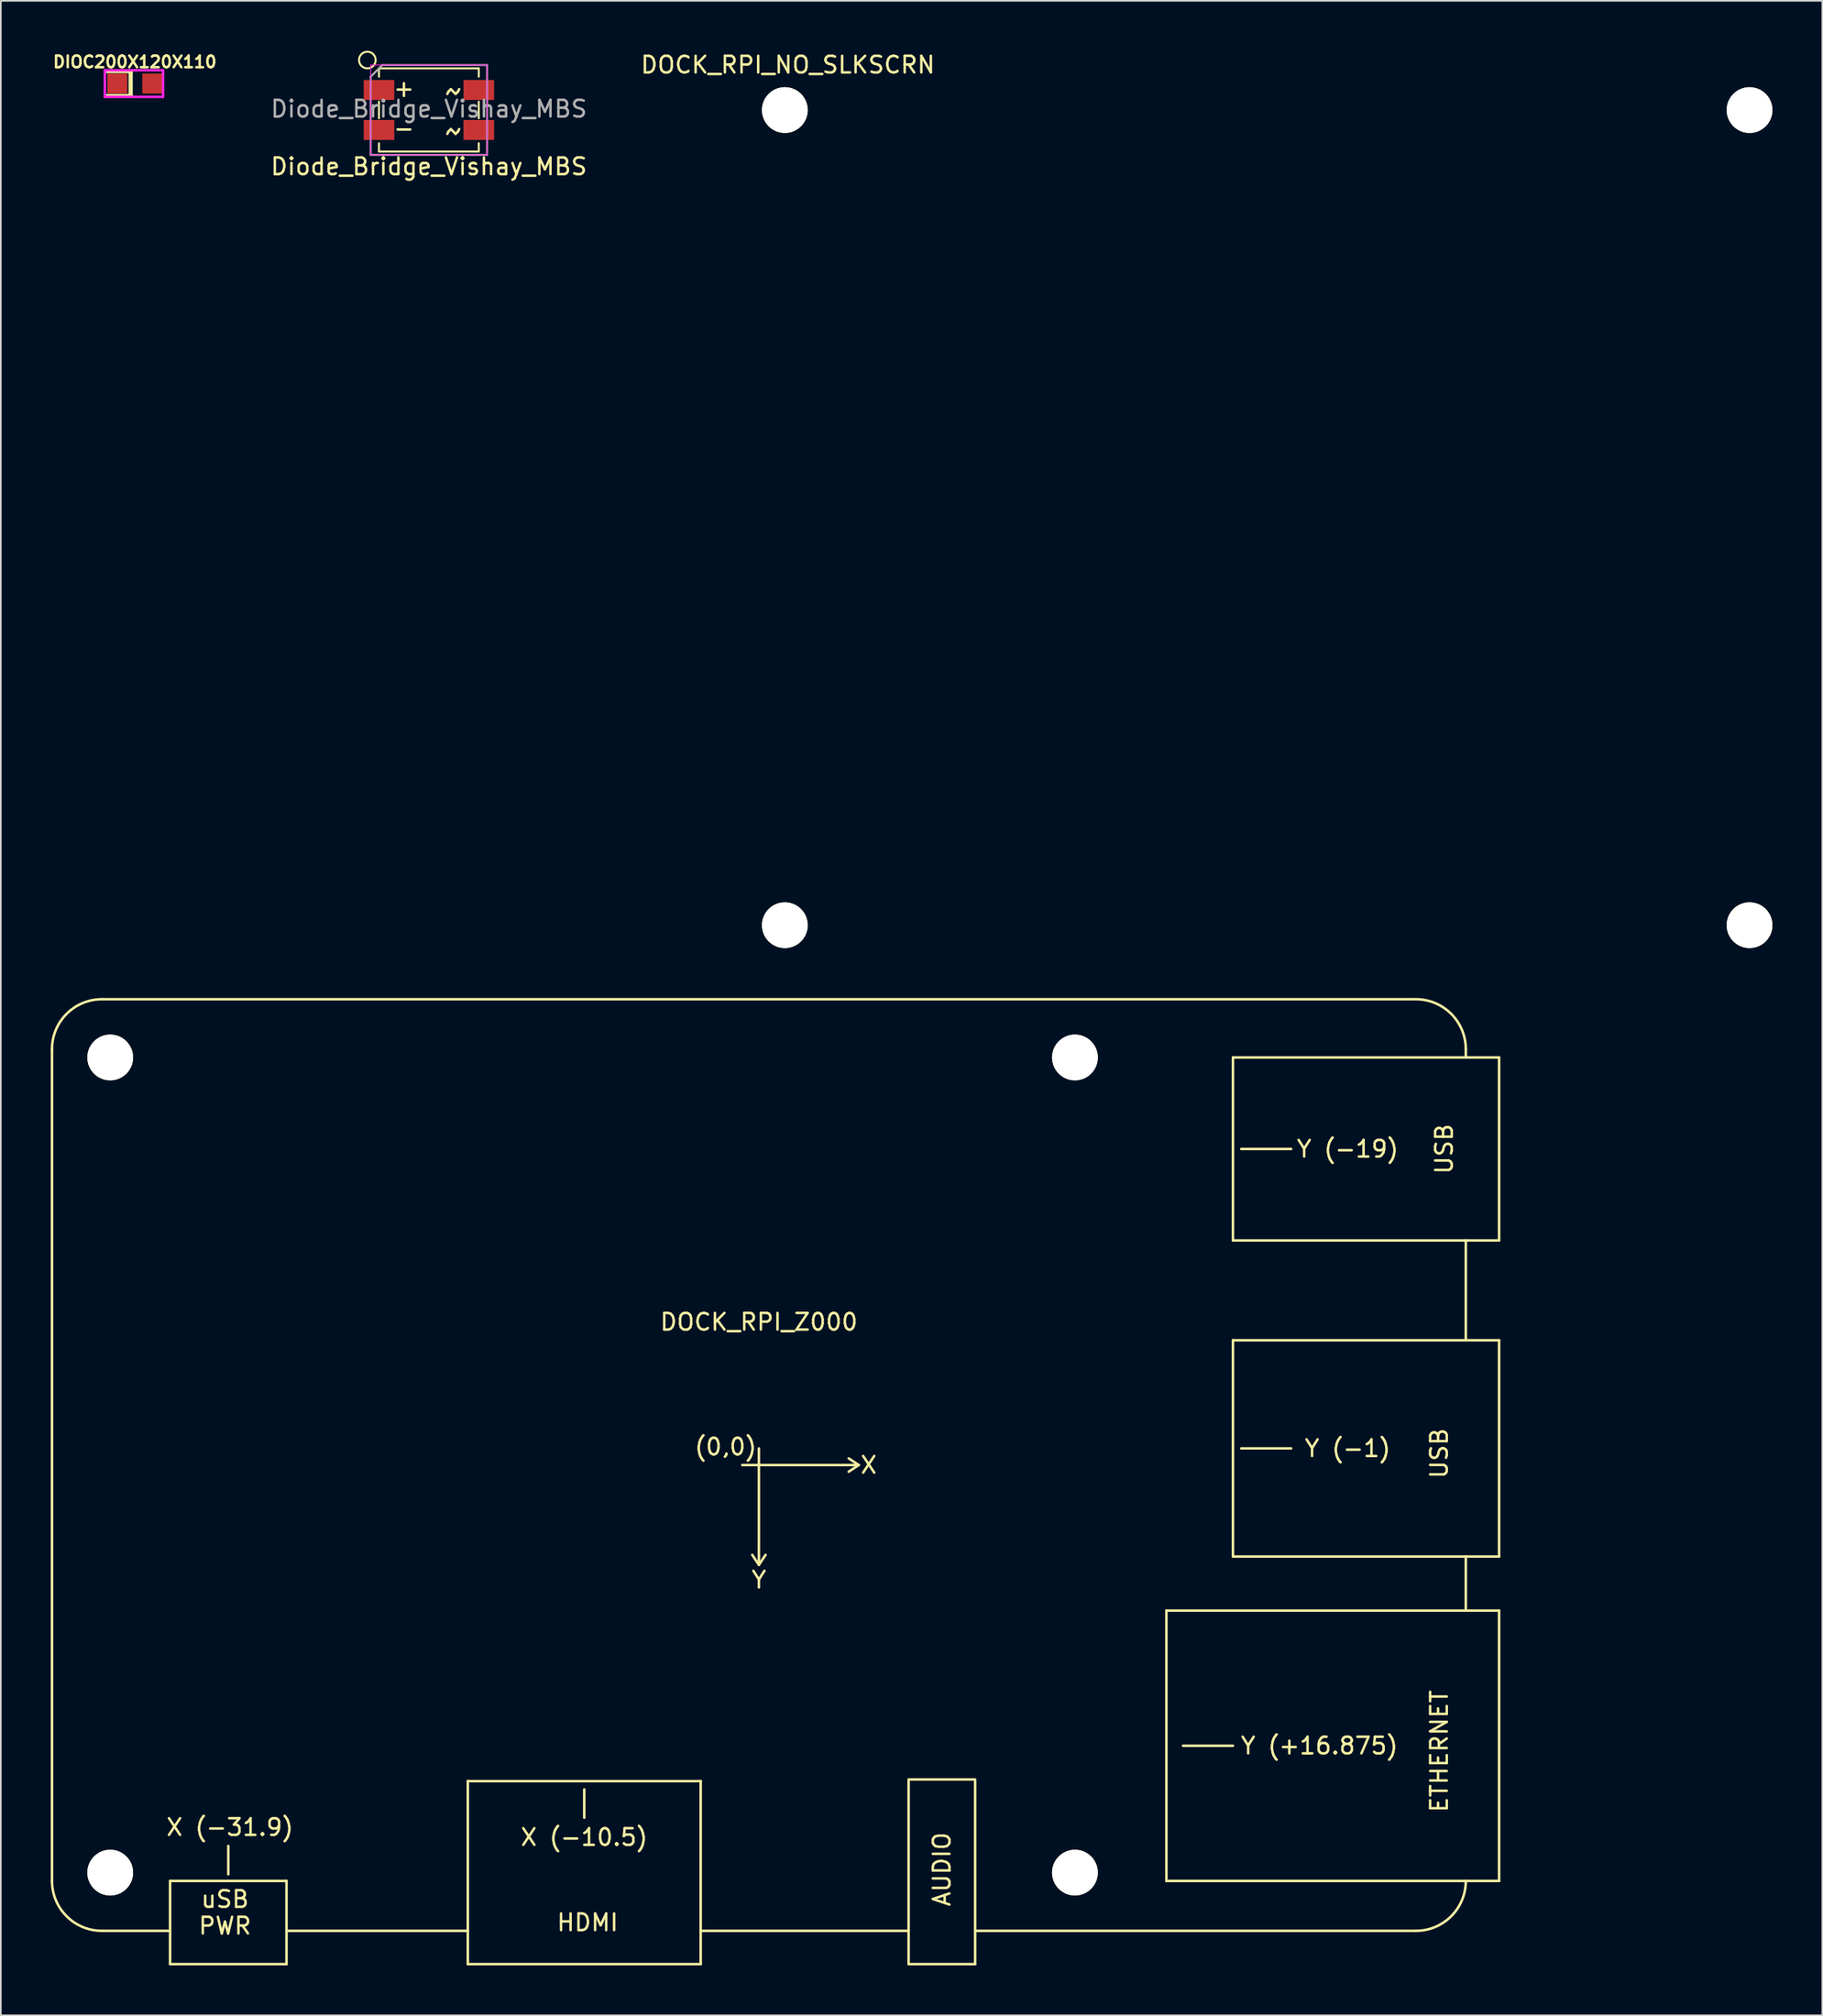
<source format=kicad_pcb>
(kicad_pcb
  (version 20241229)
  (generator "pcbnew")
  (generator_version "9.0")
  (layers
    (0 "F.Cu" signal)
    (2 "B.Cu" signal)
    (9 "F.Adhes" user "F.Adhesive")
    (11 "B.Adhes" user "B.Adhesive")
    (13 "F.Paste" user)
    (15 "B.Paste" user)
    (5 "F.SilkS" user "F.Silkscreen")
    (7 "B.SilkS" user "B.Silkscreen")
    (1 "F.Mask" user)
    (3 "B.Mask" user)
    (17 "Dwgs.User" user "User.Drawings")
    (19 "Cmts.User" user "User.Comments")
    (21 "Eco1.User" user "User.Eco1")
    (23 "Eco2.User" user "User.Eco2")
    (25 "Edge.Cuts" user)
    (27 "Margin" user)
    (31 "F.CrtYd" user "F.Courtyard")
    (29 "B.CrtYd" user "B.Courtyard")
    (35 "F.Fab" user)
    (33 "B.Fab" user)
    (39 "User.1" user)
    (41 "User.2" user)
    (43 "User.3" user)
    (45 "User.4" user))
  (footprint "DOCK_RPI_Z000"
    (layer "F.Cu")
    (at 42.576 85.017)
    (property "Reference" "DOCK_RPI_Z000" (at 0 -8.6 0) (layer "F.SilkS") (effects (font (size 1 1) (thickness 0.15))))
    (attr through_hole)
    (fp_line (start -42.5 -25) (end -42.5 25) (stroke (width 0.152) (type solid)) (layer "F.SilkS"))
    (fp_line (start -39.5 -28) (end 39.5 -28) (stroke (width 0.152) (type solid)) (layer "F.SilkS"))
    (fp_line (start -35.4 25) (end -35.4 30) (stroke (width 0.152) (type solid)) (layer "F.SilkS"))
    (fp_line (start -35.4 25) (end -28.4 25) (stroke (width 0.152) (type solid)) (layer "F.SilkS"))
    (fp_line (start -35.4 28) (end -39.5 28) (stroke (width 0.152) (type solid)) (layer "F.SilkS"))
    (fp_line (start -35.4 30) (end -28.4 30) (stroke (width 0.152) (type solid)) (layer "F.SilkS"))
    (fp_line (start -31.9 22.9) (end -31.9 24.6) (stroke (width 0.152) (type solid)) (layer "F.SilkS"))
    (fp_line (start -28.4 25) (end -28.4 30) (stroke (width 0.152) (type solid)) (layer "F.SilkS"))
    (fp_line (start -17.5 19) (end -17.5 30) (stroke (width 0.152) (type solid)) (layer "F.SilkS"))
    (fp_line (start -17.5 19) (end -3.5 19) (stroke (width 0.152) (type solid)) (layer "F.SilkS"))
    (fp_line (start -17.5 28) (end -28.4 28) (stroke (width 0.152) (type solid)) (layer "F.SilkS"))
    (fp_line (start -17.5 30) (end -3.5 30) (stroke (width 0.152) (type solid)) (layer "F.SilkS"))
    (fp_line (start -10.5 19.5) (end -10.5 21.2) (stroke (width 0.152) (type solid)) (layer "F.SilkS"))
    (fp_line (start -3.5 19) (end -3.5 30) (stroke (width 0.152) (type solid)) (layer "F.SilkS"))
    (fp_line (start -1 0) (end 6 0) (stroke (width 0.152) (type solid)) (layer "F.SilkS"))
    (fp_line (start 0 -1) (end 0 6) (stroke (width 0.152) (type solid)) (layer "F.SilkS"))
    (fp_line (start 0 6) (end -0.4 5.4) (stroke (width 0.152) (type solid)) (layer "F.SilkS"))
    (fp_line (start 0 6) (end 0.4 5.4) (stroke (width 0.152) (type solid)) (layer "F.SilkS"))
    (fp_line (start 6 0) (end 5.4 -0.4) (stroke (width 0.152) (type solid)) (layer "F.SilkS"))
    (fp_line (start 6 0) (end 5.4 0.4) (stroke (width 0.152) (type solid)) (layer "F.SilkS"))
    (fp_line (start 9 18.9) (end 13 18.9) (stroke (width 0.152) (type solid)) (layer "F.SilkS"))
    (fp_line (start 9 19) (end 9 30) (stroke (width 0.152) (type solid)) (layer "F.SilkS"))
    (fp_line (start 9 28) (end -3.5 28) (stroke (width 0.152) (type solid)) (layer "F.SilkS"))
    (fp_line (start 9 30) (end 13 30) (stroke (width 0.152) (type solid)) (layer "F.SilkS"))
    (fp_line (start 13 19) (end 13 30) (stroke (width 0.152) (type solid)) (layer "F.SilkS"))
    (fp_line (start 13 28) (end 39.5 28) (stroke (width 0.152) (type solid)) (layer "F.SilkS"))
    (fp_line (start 24.5 8.75) (end 24.5 25) (stroke (width 0.152) (type solid)) (layer "F.SilkS"))
    (fp_line (start 25.5 16.875) (end 28.5 16.875) (stroke (width 0.152) (type solid)) (layer "F.SilkS"))
    (fp_line (start 28.5 -24.5) (end 28.5 -13.5) (stroke (width 0.152) (type solid)) (layer "F.SilkS"))
    (fp_line (start 28.5 -7.5) (end 28.5 5.5) (stroke (width 0.152) (type solid)) (layer "F.SilkS"))
    (fp_line (start 29 -19) (end 32 -19) (stroke (width 0.152) (type solid)) (layer "F.SilkS"))
    (fp_line (start 29 -1) (end 32 -1) (stroke (width 0.152) (type solid)) (layer "F.SilkS"))
    (fp_line (start 42.5 -25) (end 42.5 -24.5) (stroke (width 0.152) (type solid)) (layer "F.SilkS"))
    (fp_line (start 42.5 -13.5) (end 42.5 -7.5) (stroke (width 0.152) (type solid)) (layer "F.SilkS"))
    (fp_line (start 42.5 5.5) (end 42.5 8.7) (stroke (width 0.152) (type solid)) (layer "F.SilkS"))
    (fp_line (start 44.5 -24.5) (end 28.5 -24.5) (stroke (width 0.152) (type solid)) (layer "F.SilkS"))
    (fp_line (start 44.5 -24.5) (end 44.5 -13.5) (stroke (width 0.152) (type solid)) (layer "F.SilkS"))
    (fp_line (start 44.5 -13.5) (end 28.5 -13.5) (stroke (width 0.152) (type solid)) (layer "F.SilkS"))
    (fp_line (start 44.5 -7.5) (end 28.5 -7.5) (stroke (width 0.152) (type solid)) (layer "F.SilkS"))
    (fp_line (start 44.5 -7.5) (end 44.5 5.5) (stroke (width 0.152) (type solid)) (layer "F.SilkS"))
    (fp_line (start 44.5 5.5) (end 28.5 5.5) (stroke (width 0.152) (type solid)) (layer "F.SilkS"))
    (fp_line (start 44.5 8.75) (end 24.5 8.75) (stroke (width 0.152) (type solid)) (layer "F.SilkS"))
    (fp_line (start 44.5 8.75) (end 44.5 25) (stroke (width 0.152) (type solid)) (layer "F.SilkS"))
    (fp_line (start 44.5 25) (end 24.5 25) (stroke (width 0.152) (type solid)) (layer "F.SilkS"))
    (fp_arc (start -42.5 -25) (mid -41.62132 -27.12132) (end -39.5 -28) (stroke (width 0.1524) (type solid)) (layer "F.SilkS"))
    (fp_arc (start -39.5 28) (mid -41.62132 27.12132) (end -42.5 25) (stroke (width 0.1524) (type solid)) (layer "F.SilkS"))
    (fp_arc (start 39.5 -28) (mid 41.62132 -27.12132) (end 42.5 -25) (stroke (width 0.1524) (type solid)) (layer "F.SilkS"))
    (fp_arc (start 42.5 25) (mid 41.62132 27.12132) (end 39.5 28) (stroke (width 0.1524) (type solid)) (layer "F.SilkS"))
    (fp_text user "X" (at 6.6 0 0) (layer "F.SilkS") (effects (font (size 1 1) (thickness 0.15))))
    (fp_text user "X (-10.5)" (at -10.5 22.375 0) (layer "F.SilkS") (effects (font (size 1 1) (thickness 0.15))))
    (fp_text user "USB" (at 40.9 -0.7 90) (layer "F.SilkS") (effects (font (size 1 1) (thickness 0.15))))
    (fp_text user "Y (-1)" (at 35.4 -1 0) (layer "F.SilkS") (effects (font (size 1 1) (thickness 0.15))))
    (fp_text user "uSB" (at -32.1 26.1 0) (layer "F.SilkS") (effects (font (size 1 1) (thickness 0.15))))
    (fp_text user "Y" (at 0 6.9 0) (layer "F.SilkS") (effects (font (size 1 1) (thickness 0.15))))
    (fp_text user "PWR" (at -32.1 27.7 0) (layer "F.SilkS") (effects (font (size 1 1) (thickness 0.15))))
    (fp_text user "AUDIO" (at 11 24.3 90) (layer "F.SilkS") (effects (font (size 1 1) (thickness 0.15))))
    (fp_text user "USB" (at 41.2 -19 90) (layer "F.SilkS") (effects (font (size 1 1) (thickness 0.15))))
    (fp_text user "X (-31.9)" (at -31.8 21.775 0) (layer "F.SilkS") (effects (font (size 1 1) (thickness 0.15))))
    (fp_text user "Y (+16.875)" (at 33.7 16.875 0) (layer "F.SilkS") (effects (font (size 1 1) (thickness 0.15))))
    (fp_text user "Y (-19)" (at 35.4 -19 0) (layer "F.SilkS") (effects (font (size 1 1) (thickness 0.15))))
    (fp_text user "(0,0)" (at -2 -1.1 0) (layer "F.SilkS") (effects (font (size 1 1) (thickness 0.15))))
    (fp_text user "ETHERNET" (at 40.9 17.2 90) (layer "F.SilkS") (effects (font (size 1 1) (thickness 0.15))))
    (fp_text user "HDMI" (at -10.3 27.5 0) (layer "F.SilkS") (effects (font (size 1 1) (thickness 0.15))))
    (pad "" np_thru_hole circle (at -39 -24.5) (size 2.75 2.75) (drill 2.75) (layers "*.Cu" "*.Mask" "F.SilkS"))
    (pad "" np_thru_hole circle (at -39 24.5) (size 2.75 2.75) (drill 2.75) (layers "*.Cu" "*.Mask" "F.SilkS"))
    (pad "" np_thru_hole circle (at 19 -24.5) (size 2.75 2.75) (drill 2.75) (layers "*.Cu" "*.Mask" "F.SilkS"))
    (pad "" np_thru_hole circle (at 19 24.5) (size 2.75 2.75) (drill 2.75) (layers "*.Cu" "*.Mask" "F.SilkS")))
  (footprint "DIOC200X120X110"
    (layer "F.Cu")
    (at 5.055 1.973)
    (property "Reference" "DIOC200X120X110" (at 0 -1.3 0) (layer "F.SilkS") (effects (font (size 0.7 0.7) (thickness 0.15))))
    (attr through_hole)
    (fp_line (start -1.7 0.7) (end -0.3 0.7) (stroke (width 0.152) (type solid)) (layer "F.SilkS"))
    (fp_line (start -0.3 -0.7) (end -1.7 -0.7) (stroke (width 0.152) (type solid)) (layer "F.SilkS"))
    (fp_line (start -0.3 0.7) (end -0.3 -0.7) (stroke (width 0.152) (type solid)) (layer "F.SilkS"))
    (fp_line (start -0.2 -0.7) (end -0.4 -0.7) (stroke (width 0.152) (type solid)) (layer "F.SilkS"))
    (fp_line (start -0.2 -0.7) (end -0.2 0.7) (stroke (width 0.152) (type solid)) (layer "F.SilkS"))
    (fp_line (start -0.2 0.7) (end -0.4 0.7) (stroke (width 0.152) (type solid)) (layer "F.SilkS"))
    (fp_line (start -1.8 -0.8) (end 1.7 -0.8) (stroke (width 0.152) (type solid)) (layer "F.CrtYd"))
    (fp_line (start -1.8 0.8) (end -1.8 -0.8) (stroke (width 0.152) (type solid)) (layer "F.CrtYd"))
    (fp_line (start 1.7 -0.8) (end 1.7 0.8) (stroke (width 0.152) (type solid)) (layer "F.CrtYd"))
    (fp_line (start 1.7 0.8) (end -1.8 0.8) (stroke (width 0.152) (type solid)) (layer "F.CrtYd"))
    (pad "1" smd rect (at -1.05 0) (size 1.2 1.2) (layers "F.Cu" "F.Mask" "F.Paste"))
    (pad "2" smd rect (at 1.05 0) (size 1.2 1.2) (layers "F.Cu" "F.Mask" "F.Paste")))
  (footprint "Diode_Bridge_Vishay_MBS"
    (layer "F.Cu")
    (at 22.735 3.56)
    (property "Reference" "Diode_Bridge_Vishay_MBS" (at 0 3.4 0) (layer "F.SilkS") (effects (font (size 1 1) (thickness 0.15))))
    (attr smd)
    (fp_line (start -3 -2.5) (end 3 -2.5) (stroke (width 0.12) (type solid)) (layer "F.SilkS"))
    (fp_line (start -3 -2) (end -3 -2.5) (stroke (width 0.12) (type solid)) (layer "F.SilkS"))
    (fp_line (start -3 -0.5) (end -3 0.5) (stroke (width 0.12) (type solid)) (layer "F.SilkS"))
    (fp_line (start -3 2) (end -3 2.5) (stroke (width 0.12) (type solid)) (layer "F.SilkS"))
    (fp_line (start -3 2.5) (end 3 2.5) (stroke (width 0.12) (type solid)) (layer "F.SilkS"))
    (fp_line (start 3 -2) (end 3 -2.5) (stroke (width 0.12) (type solid)) (layer "F.SilkS"))
    (fp_line (start 3 -0.5) (end 3 0.5) (stroke (width 0.12) (type solid)) (layer "F.SilkS"))
    (fp_line (start 3 2) (end 3 2.5) (stroke (width 0.12) (type solid)) (layer "F.SilkS"))
    (fp_circle (center -3.7 -3) (end -3.4 -2.6) (stroke (width 0.12) (type solid)) (fill no) (layer "F.SilkS"))
    (fp_line (start -3.5 -2.7) (end -3.5 2.7) (stroke (width 0.05) (type solid)) (layer "F.CrtYd"))
    (fp_line (start -3.5 -2.7) (end 3.5 -2.7) (stroke (width 0.05) (type solid)) (layer "F.CrtYd"))
    (fp_line (start 3.5 2.7) (end -3.5 2.7) (stroke (width 0.05) (type solid)) (layer "F.CrtYd"))
    (fp_line (start 3.5 2.7) (end 3.5 -2.7) (stroke (width 0.05) (type solid)) (layer "F.CrtYd"))
    (fp_line (start -3.5 -2) (end -2.8 -2.7) (stroke (width 0.12) (type solid)) (layer "F.Fab"))
    (fp_line (start -3.5 2.7) (end -3.5 -2) (stroke (width 0.12) (type solid)) (layer "F.Fab"))
    (fp_line (start -2.8 -2.7) (end 3.5 -2.7) (stroke (width 0.12) (type solid)) (layer "F.Fab"))
    (fp_line (start 3.5 -2.7) (end 3.5 2.7) (stroke (width 0.12) (type solid)) (layer "F.Fab"))
    (fp_line (start 3.5 2.7) (end -3.5 2.7) (stroke (width 0.12) (type solid)) (layer "F.Fab"))
    (fp_text user "+" (at -1.5 -1.3 0) (layer "F.SilkS") (effects (font (size 1 1) (thickness 0.15))))
    (fp_text user "~" (at 1.5 -1.2 0) (layer "F.SilkS") (effects (font (size 3 1.5) (thickness 0.15))))
    (fp_text user "~" (at 1.5 1.2 0) (layer "F.SilkS") (effects (font (size 3 1.5) (thickness 0.15))))
    (fp_text user "-" (at -1.5 1.1 0) (layer "F.SilkS") (effects (font (size 1 1) (thickness 0.15))))
    (fp_text user "${REFERENCE}" (at 0 -0.065 0) (layer "F.Fab") (effects (font (size 1 1) (thickness 0.15))))
    (pad "1" smd rect (at -3 -1.2) (size 1.84 1.2) (layers "F.Cu" "F.Mask" "F.Paste"))
    (pad "2" smd rect (at 3 -1.2) (size 1.84 1.2) (layers "F.Cu" "F.Mask" "F.Paste"))
    (pad "3" smd rect (at 3 1.2) (size 1.84 1.2) (layers "F.Cu" "F.Mask" "F.Paste"))
    (pad "4" smd rect (at -3 1.2) (size 1.84 1.2) (layers "F.Cu" "F.Mask" "F.Paste")))
  (footprint "DOCK_RPI_NO_SLKSCRN"
    (layer "F.Cu")
    (at 83.135 28.066)
    (property "Reference" "DOCK_RPI_NO_SLKSCRN" (at -38.817 -27.218 0) (layer "F.SilkS") (effects (font (size 1 1) (thickness 0.15))))
    (attr through_hole)
    (pad "" np_thru_hole circle (at -39 -24.5) (size 2.75 2.75) (drill 2.75) (layers "*.Cu" "*.Mask" "F.SilkS"))
    (pad "" np_thru_hole circle (at -39 24.5) (size 2.75 2.75) (drill 2.75) (layers "*.Cu" "*.Mask" "F.SilkS"))
    (pad "" np_thru_hole circle (at 19 -24.5) (size 2.75 2.75) (drill 2.75) (layers "*.Cu" "*.Mask" "F.SilkS"))
    (pad "" np_thru_hole circle (at 19 24.5) (size 2.75 2.75) (drill 2.75) (layers "*.Cu" "*.Mask" "F.SilkS")))
  (gr_rect
    (start -3 -3)
    (end 106.51 118.094)
    (stroke (width 0.1) (type default))
    (fill no)
    (layer "Edge.Cuts")))
</source>
